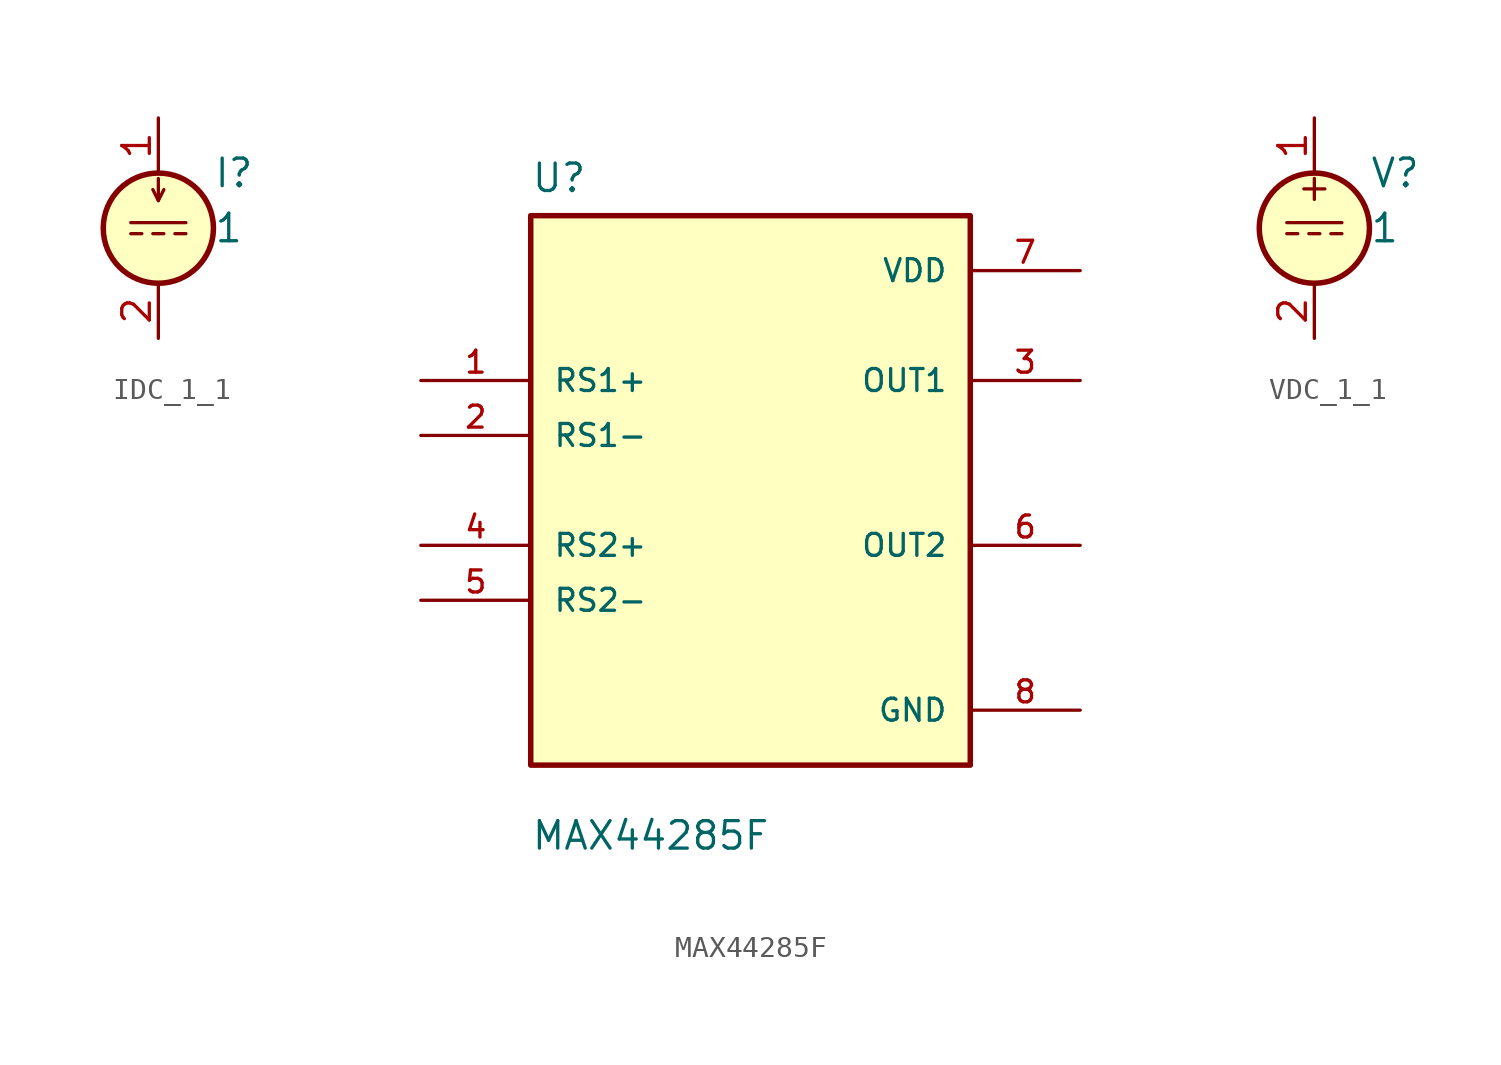
<source format=kicad_sym>
(kicad_symbol_lib
  (version 20231120)
  (generator "kicad_symbol_editor")
  (generator_version "8.0")
  (symbol "IDC_1_1"
    (pin_names
      (offset 0.025))
    (property "Reference" "I"
      (at 2.54 2.54 0)
      (effects (font (size 1.27 1.27)) (justify left)))
    (property "Value" "1"
      (at 2.54 0 0)
      (effects (font (size 1.27 1.27)) (justify left)))
    (symbol "IDC_1_1_0_0"
      (polyline (pts (xy -1.27 0.254) (xy 1.27 0.254)) (stroke (width 0) (type default)) (fill (type none)))
      (polyline (pts (xy -0.762 -0.254) (xy -1.27 -0.254)) (stroke (width 0) (type default)) (fill (type none)))
      (polyline (pts (xy 0.254 -0.254) (xy -0.254 -0.254)) (stroke (width 0) (type default)) (fill (type none)))
      (polyline (pts (xy 1.27 -0.254) (xy 0.762 -0.254)) (stroke (width 0) (type default)) (fill (type none))))
    (symbol "IDC_1_1_0_1"
      (polyline (pts (xy 0 1.27) (xy 0 2.286)) (stroke (width 0) (type default)) (fill (type none)))
      (polyline (pts (xy -0.254 1.778) (xy 0 1.27) (xy 0.254 1.778)) (stroke (width 0) (type default)) (fill (type none)))
      (circle (center 0 0) (radius 2.54) (stroke (width 0.254) (type default)) (fill (type background))))
    (symbol "IDC_1_1_1_1"
      (pin passive line (at 0 5.08 270) (length 2.54) (name "~" (effects (font (size 1.27 1.27)))) (number "1" (effects (font (size 1.27 1.27)))))
      (pin passive line (at 0 -5.08 90) (length 2.54) (name "~" (effects (font (size 1.27 1.27)))) (number "2" (effects (font (size 1.27 1.27)))))))
  (symbol "MAX44285F"
    (pin_names
      (offset 1.016))
    (property "Reference" "U"
      (at -10.16 13.7 0)
      (effects (font (size 1.27 1.27)) (justify left bottom)))
    (property "Value" "MAX44285F"
      (at -10.16 -16.7 0)
      (effects (font (size 1.27 1.27)) (justify left bottom)))
    (symbol "MAX44285F_0_0"
      (rectangle (start -10.16 -12.7) (end 10.16 12.7) (stroke (width 0.254) (type default)) (fill (type background)))
      (pin passive line (at -15.24 5.08 0) (length 5.08) (name "RS1+" (effects (font (size 1.016 1.016)))) (number "1" (effects (font (size 1.016 1.016)))))
      (pin passive line (at -15.24 2.54 0) (length 5.08) (name "RS1-" (effects (font (size 1.016 1.016)))) (number "2" (effects (font (size 1.016 1.016)))))
      (pin passive line (at 15.24 5.08 180) (length 5.08) (name "OUT1" (effects (font (size 1.016 1.016)))) (number "3" (effects (font (size 1.016 1.016)))))
      (pin passive line (at -15.24 -2.54 0) (length 5.08) (name "RS2+" (effects (font (size 1.016 1.016)))) (number "4" (effects (font (size 1.016 1.016)))))
      (pin passive line (at -15.24 -5.08 0) (length 5.08) (name "RS2-" (effects (font (size 1.016 1.016)))) (number "5" (effects (font (size 1.016 1.016)))))
      (pin passive line (at 15.24 -2.54 180) (length 5.08) (name "OUT2" (effects (font (size 1.016 1.016)))) (number "6" (effects (font (size 1.016 1.016)))))
      (pin passive line (at 15.24 10.16 180) (length 5.08) (name "VDD" (effects (font (size 1.016 1.016)))) (number "7" (effects (font (size 1.016 1.016)))))
      (pin passive line (at 15.24 -10.16 180) (length 5.08) (name "GND" (effects (font (size 1.016 1.016)))) (number "8" (effects (font (size 1.016 1.016)))))))
  (symbol "VDC_1_1"
    (pin_names
      (offset 0.025))
    (property "Reference" "V"
      (at 2.54 2.54 0)
      (effects (font (size 1.27 1.27)) (justify left)))
    (property "Value" "1"
      (at 2.54 0 0)
      (effects (font (size 1.27 1.27)) (justify left)))
    (symbol "VDC_1_1_0_0"
      (polyline (pts (xy -1.27 0.254) (xy 1.27 0.254)) (stroke (width 0) (type default)) (fill (type none)))
      (polyline (pts (xy -0.762 -0.254) (xy -1.27 -0.254)) (stroke (width 0) (type default)) (fill (type none)))
      (polyline (pts (xy 0.254 -0.254) (xy -0.254 -0.254)) (stroke (width 0) (type default)) (fill (type none)))
      (polyline (pts (xy 1.27 -0.254) (xy 0.762 -0.254)) (stroke (width 0) (type default)) (fill (type none)))
      (text "+" (at 0 1.905 0) (effects (font (size 1.27 1.27)))))
    (symbol "VDC_1_1_0_1"
      (circle (center 0 0) (radius 2.54) (stroke (width 0.254) (type default)) (fill (type background))))
    (symbol "VDC_1_1_1_1"
      (pin passive line (at 0 5.08 270) (length 2.54) (name "~" (effects (font (size 1.27 1.27)))) (number "1" (effects (font (size 1.27 1.27)))))
      (pin passive line (at 0 -5.08 90) (length 2.54) (name "~" (effects (font (size 1.27 1.27)))) (number "2" (effects (font (size 1.27 1.27))))))))
</source>
